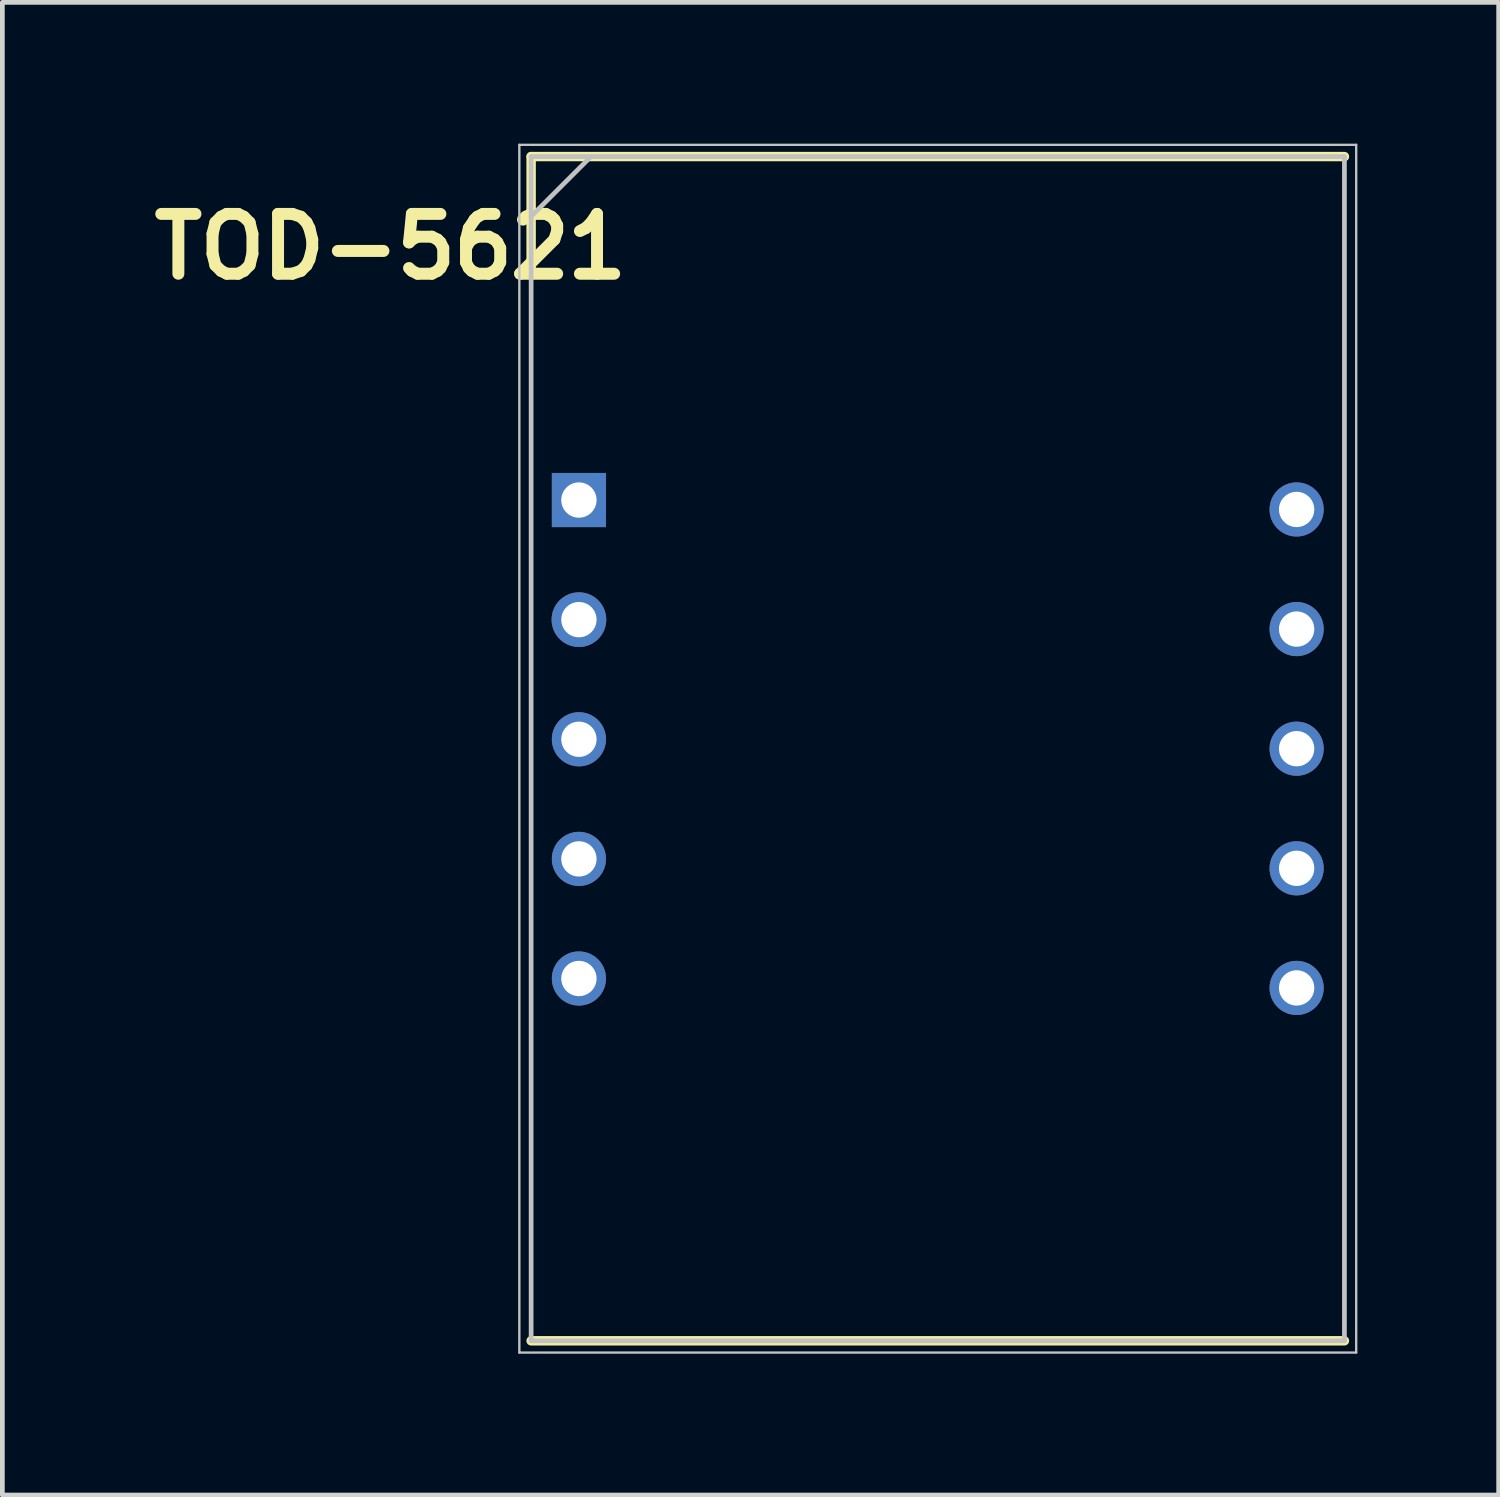
<source format=kicad_pcb>
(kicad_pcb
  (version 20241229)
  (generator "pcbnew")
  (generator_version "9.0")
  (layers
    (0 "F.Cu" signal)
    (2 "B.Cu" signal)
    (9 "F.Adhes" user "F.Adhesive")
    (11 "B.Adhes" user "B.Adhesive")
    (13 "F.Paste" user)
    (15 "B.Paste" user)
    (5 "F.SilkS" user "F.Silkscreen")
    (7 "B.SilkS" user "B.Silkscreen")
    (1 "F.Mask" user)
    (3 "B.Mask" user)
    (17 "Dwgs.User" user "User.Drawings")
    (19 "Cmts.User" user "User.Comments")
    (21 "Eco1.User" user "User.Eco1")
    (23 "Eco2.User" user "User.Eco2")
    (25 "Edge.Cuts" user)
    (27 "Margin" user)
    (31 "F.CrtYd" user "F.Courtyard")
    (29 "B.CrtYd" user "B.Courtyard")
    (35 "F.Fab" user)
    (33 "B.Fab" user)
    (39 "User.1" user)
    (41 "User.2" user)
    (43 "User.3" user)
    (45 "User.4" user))
  (footprint "TOD-5621"
    (layer "F.Cu")
    (at 9.243 2.688)
    (property "Reference" "TOD-5621" (at -4 -0.5 0) (layer "F.SilkS") (effects (font (size 1.27 1.27) (thickness 0.254))))
    (attr through_hole exclude_from_pos_files)
    (fp_line (start -1.015 -2.413) (end -1.015 0) (stroke (width 0.2) (type solid)) (layer "F.SilkS"))
    (fp_line (start -1.015 22.733) (end 16.255 22.733) (stroke (width 0.2) (type solid)) (layer "F.SilkS"))
    (fp_line (start 16.255 -2.413) (end -1.015 -2.413) (stroke (width 0.2) (type solid)) (layer "F.SilkS"))
    (fp_line (start -1.265 -2.663) (end 16.505 -2.663) (stroke (width 0.05) (type solid)) (layer "Dwgs.User"))
    (fp_line (start -1.265 22.983) (end -1.265 -2.663) (stroke (width 0.05) (type solid)) (layer "Dwgs.User"))
    (fp_line (start -1.015 -2.413) (end 16.255 -2.413) (stroke (width 0.1) (type solid)) (layer "Dwgs.User"))
    (fp_line (start -1.015 -1.143) (end 0.255 -2.413) (stroke (width 0.1) (type solid)) (layer "Dwgs.User"))
    (fp_line (start -1.015 22.733) (end -1.015 -2.413) (stroke (width 0.1) (type solid)) (layer "Dwgs.User"))
    (fp_line (start 16.255 -2.413) (end 16.255 22.733) (stroke (width 0.1) (type solid)) (layer "Dwgs.User"))
    (fp_line (start 16.255 22.733) (end -1.015 22.733) (stroke (width 0.1) (type solid)) (layer "Dwgs.User"))
    (fp_line (start 16.505 -2.663) (end 16.505 22.983) (stroke (width 0.05) (type solid)) (layer "Dwgs.User"))
    (fp_line (start 16.505 22.983) (end -1.265 22.983) (stroke (width 0.05) (type solid)) (layer "Dwgs.User"))
    (pad "1" thru_hole rect (at 0 4.88 90) (size 1.15 1.15) (drill 0.75) (layers "*.Cu" "*.Mask"))
    (pad "2" thru_hole circle (at 0 7.42 90) (size 1.161 1.161) (drill 0.75) (layers "*.Cu" "*.Mask"))
    (pad "3" thru_hole circle (at 0 9.96 90) (size 1.15 1.15) (drill 0.75) (layers "*.Cu" "*.Mask"))
    (pad "4" thru_hole circle (at 0 12.5 90) (size 1.15 1.15) (drill 0.75) (layers "*.Cu" "*.Mask"))
    (pad "5" thru_hole circle (at 0 15.04 90) (size 1.15 1.15) (drill 0.75) (layers "*.Cu" "*.Mask"))
    (pad "6" thru_hole circle (at 15.24 15.24 90) (size 1.15 1.15) (drill 0.75) (layers "*.Cu" "*.Mask"))
    (pad "7" thru_hole circle (at 15.24 12.7 90) (size 1.15 1.15) (drill 0.75) (layers "*.Cu" "*.Mask"))
    (pad "8" thru_hole circle (at 15.24 10.16 90) (size 1.15 1.15) (drill 0.75) (layers "*.Cu" "*.Mask"))
    (pad "9" thru_hole circle (at 15.24 7.62 90) (size 1.15 1.15) (drill 0.75) (layers "*.Cu" "*.Mask"))
    (pad "10" thru_hole circle (at 15.24 5.08 90) (size 1.15 1.15) (drill 0.75) (layers "*.Cu" "*.Mask")))
  (gr_rect
    (start -3 -3)
    (end 28.773 28.696)
    (stroke (width 0.1) (type default))
    (fill no)
    (layer "Edge.Cuts")))
</source>
